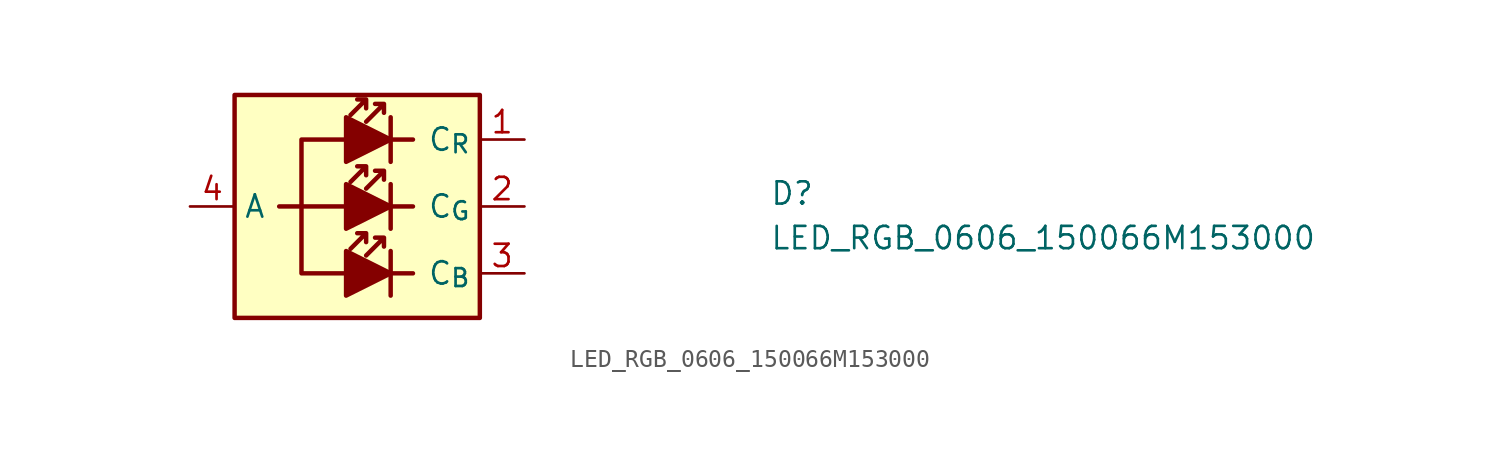
<source format=kicad_sym>
(kicad_symbol_lib
  (version 20211014)
  (generator kicad_symbol_editor)
  (symbol "LED_RGB_0606_150066M153000"
    (property "Reference" "D"
      (at 33.02 -3.81 0)
      (effects (font (size 1.27 1.27) (thickness 0.15)) (justify left bottom)))
    (property "Value" "LED_RGB_0606_150066M153000"
      (at 33.02 -6.35 0)
      (effects (font (size 1.27 1.27) (thickness 0.15)) (justify left bottom)))
    (symbol "LED_RGB_0606_150066M153000_1_1"
      (polyline (pts (xy 6.35 -3.81) (xy 5.08 -3.81)) (stroke (width 0.254) (type default) (color 0 0 0 0)) (fill (type none)))
      (polyline (pts (xy 11.43 -6.35) (xy 11.43 -8.89)) (stroke (width 0.254) (type default) (color 0 0 0 0)) (fill (type none)))
      (polyline (pts (xy 11.43 -2.54) (xy 11.43 -5.08)) (stroke (width 0.254) (type default) (color 0 0 0 0)) (fill (type none)))
      (polyline (pts (xy 11.43 1.27) (xy 11.43 -1.27)) (stroke (width 0.254) (type default) (color 0 0 0 0)) (fill (type none)))
      (polyline (pts (xy 12.7 -7.62) (xy 11.43 -7.62)) (stroke (width 0.254) (type default) (color 0 0 0 0)) (fill (type none)))
      (polyline (pts (xy 12.7 -3.81) (xy 11.43 -3.81)) (stroke (width 0.254) (type default) (color 0 0 0 0)) (fill (type none)))
      (polyline (pts (xy 12.7 0) (xy 11.43 0)) (stroke (width 0.254) (type default) (color 0 0 0 0)) (fill (type none)))
      (polyline (pts (xy 6.35 -3.81) (xy 6.35 -7.62) (xy 8.89 -7.62)) (stroke (width 0.254) (type default) (color 0 0 0 0)) (fill (type none)))
      (polyline (pts (xy 8.89 -6.35) (xy 8.89 -8.89) (xy 11.43 -7.62) (xy 8.89 -6.35)) (stroke (width 0.254) (type default) (color 0 0 0 0)) (fill (type outline)))
      (polyline (pts (xy 8.89 -3.81) (xy 6.35 -3.81) (xy 6.35 0) (xy 8.89 0)) (stroke (width 0.254) (type default) (color 0 0 0 0)) (fill (type none)))
      (polyline (pts (xy 8.89 -2.54) (xy 8.89 -5.08) (xy 11.43 -3.81) (xy 8.89 -2.54)) (stroke (width 0.254) (type default) (color 0 0 0 0)) (fill (type outline)))
      (polyline (pts (xy 8.89 1.27) (xy 8.89 -1.27) (xy 11.43 0) (xy 8.89 1.27)) (stroke (width 0.254) (type default) (color 0 0 0 0)) (fill (type outline)))
      (polyline (pts (xy 10.033 -5.334) (xy 10.033 -5.842) (xy 10.033 -5.334) (xy 9.525 -5.334) (xy 10.033 -5.334) (xy 9.144 -6.223)) (stroke (width 0.254) (type default) (color 0 0 0 0)) (fill (type none)))
      (polyline (pts (xy 10.033 -1.524) (xy 10.033 -2.032) (xy 10.033 -1.524) (xy 9.525 -1.524) (xy 10.033 -1.524) (xy 9.144 -2.413)) (stroke (width 0.254) (type default) (color 0 0 0 0)) (fill (type none)))
      (polyline (pts (xy 10.033 2.286) (xy 10.033 1.778) (xy 10.033 2.286) (xy 9.525 2.286) (xy 10.033 2.286) (xy 9.144 1.397)) (stroke (width 0.254) (type default) (color 0 0 0 0)) (fill (type none)))
      (polyline (pts (xy 11.049 -5.588) (xy 11.049 -6.096) (xy 11.049 -5.588) (xy 10.541 -5.588) (xy 11.049 -5.588) (xy 10.033 -6.604)) (stroke (width 0.254) (type default) (color 0 0 0 0)) (fill (type none)))
      (polyline (pts (xy 11.049 -1.778) (xy 11.049 -2.286) (xy 11.049 -1.778) (xy 10.541 -1.778) (xy 11.049 -1.778) (xy 10.033 -2.794)) (stroke (width 0.254) (type default) (color 0 0 0 0)) (fill (type none)))
      (polyline (pts (xy 11.049 2.032) (xy 11.049 1.524) (xy 11.049 2.032) (xy 10.541 2.032) (xy 11.049 2.032) (xy 10.033 1.016)) (stroke (width 0.254) (type default) (color 0 0 0 0)) (fill (type none)))
      (rectangle (start 16.51 2.54) (end 2.54 -10.16) (stroke (width 0.254) (type default) (color 0 0 0 0)) (fill (type background)))
      (pin passive line (at 19.05 0 180) (length 2.54) (name "C_{R}" (effects (font (size 1.27 1.27)))) (number "1" (effects (font (size 1.27 1.27)))))
      (pin passive line (at 19.05 -3.81 180) (length 2.54) (name "C_{G}" (effects (font (size 1.27 1.27)))) (number "2" (effects (font (size 1.27 1.27)))))
      (pin passive line (at 19.05 -7.62 180) (length 2.54) (name "C_{B}" (effects (font (size 1.27 1.27)))) (number "3" (effects (font (size 1.27 1.27)))))
      (pin passive line (at 0 -3.81 0) (length 2.54) (name "A" (effects (font (size 1.27 1.27)))) (number "4" (effects (font (size 1.27 1.27))))))))
</source>
